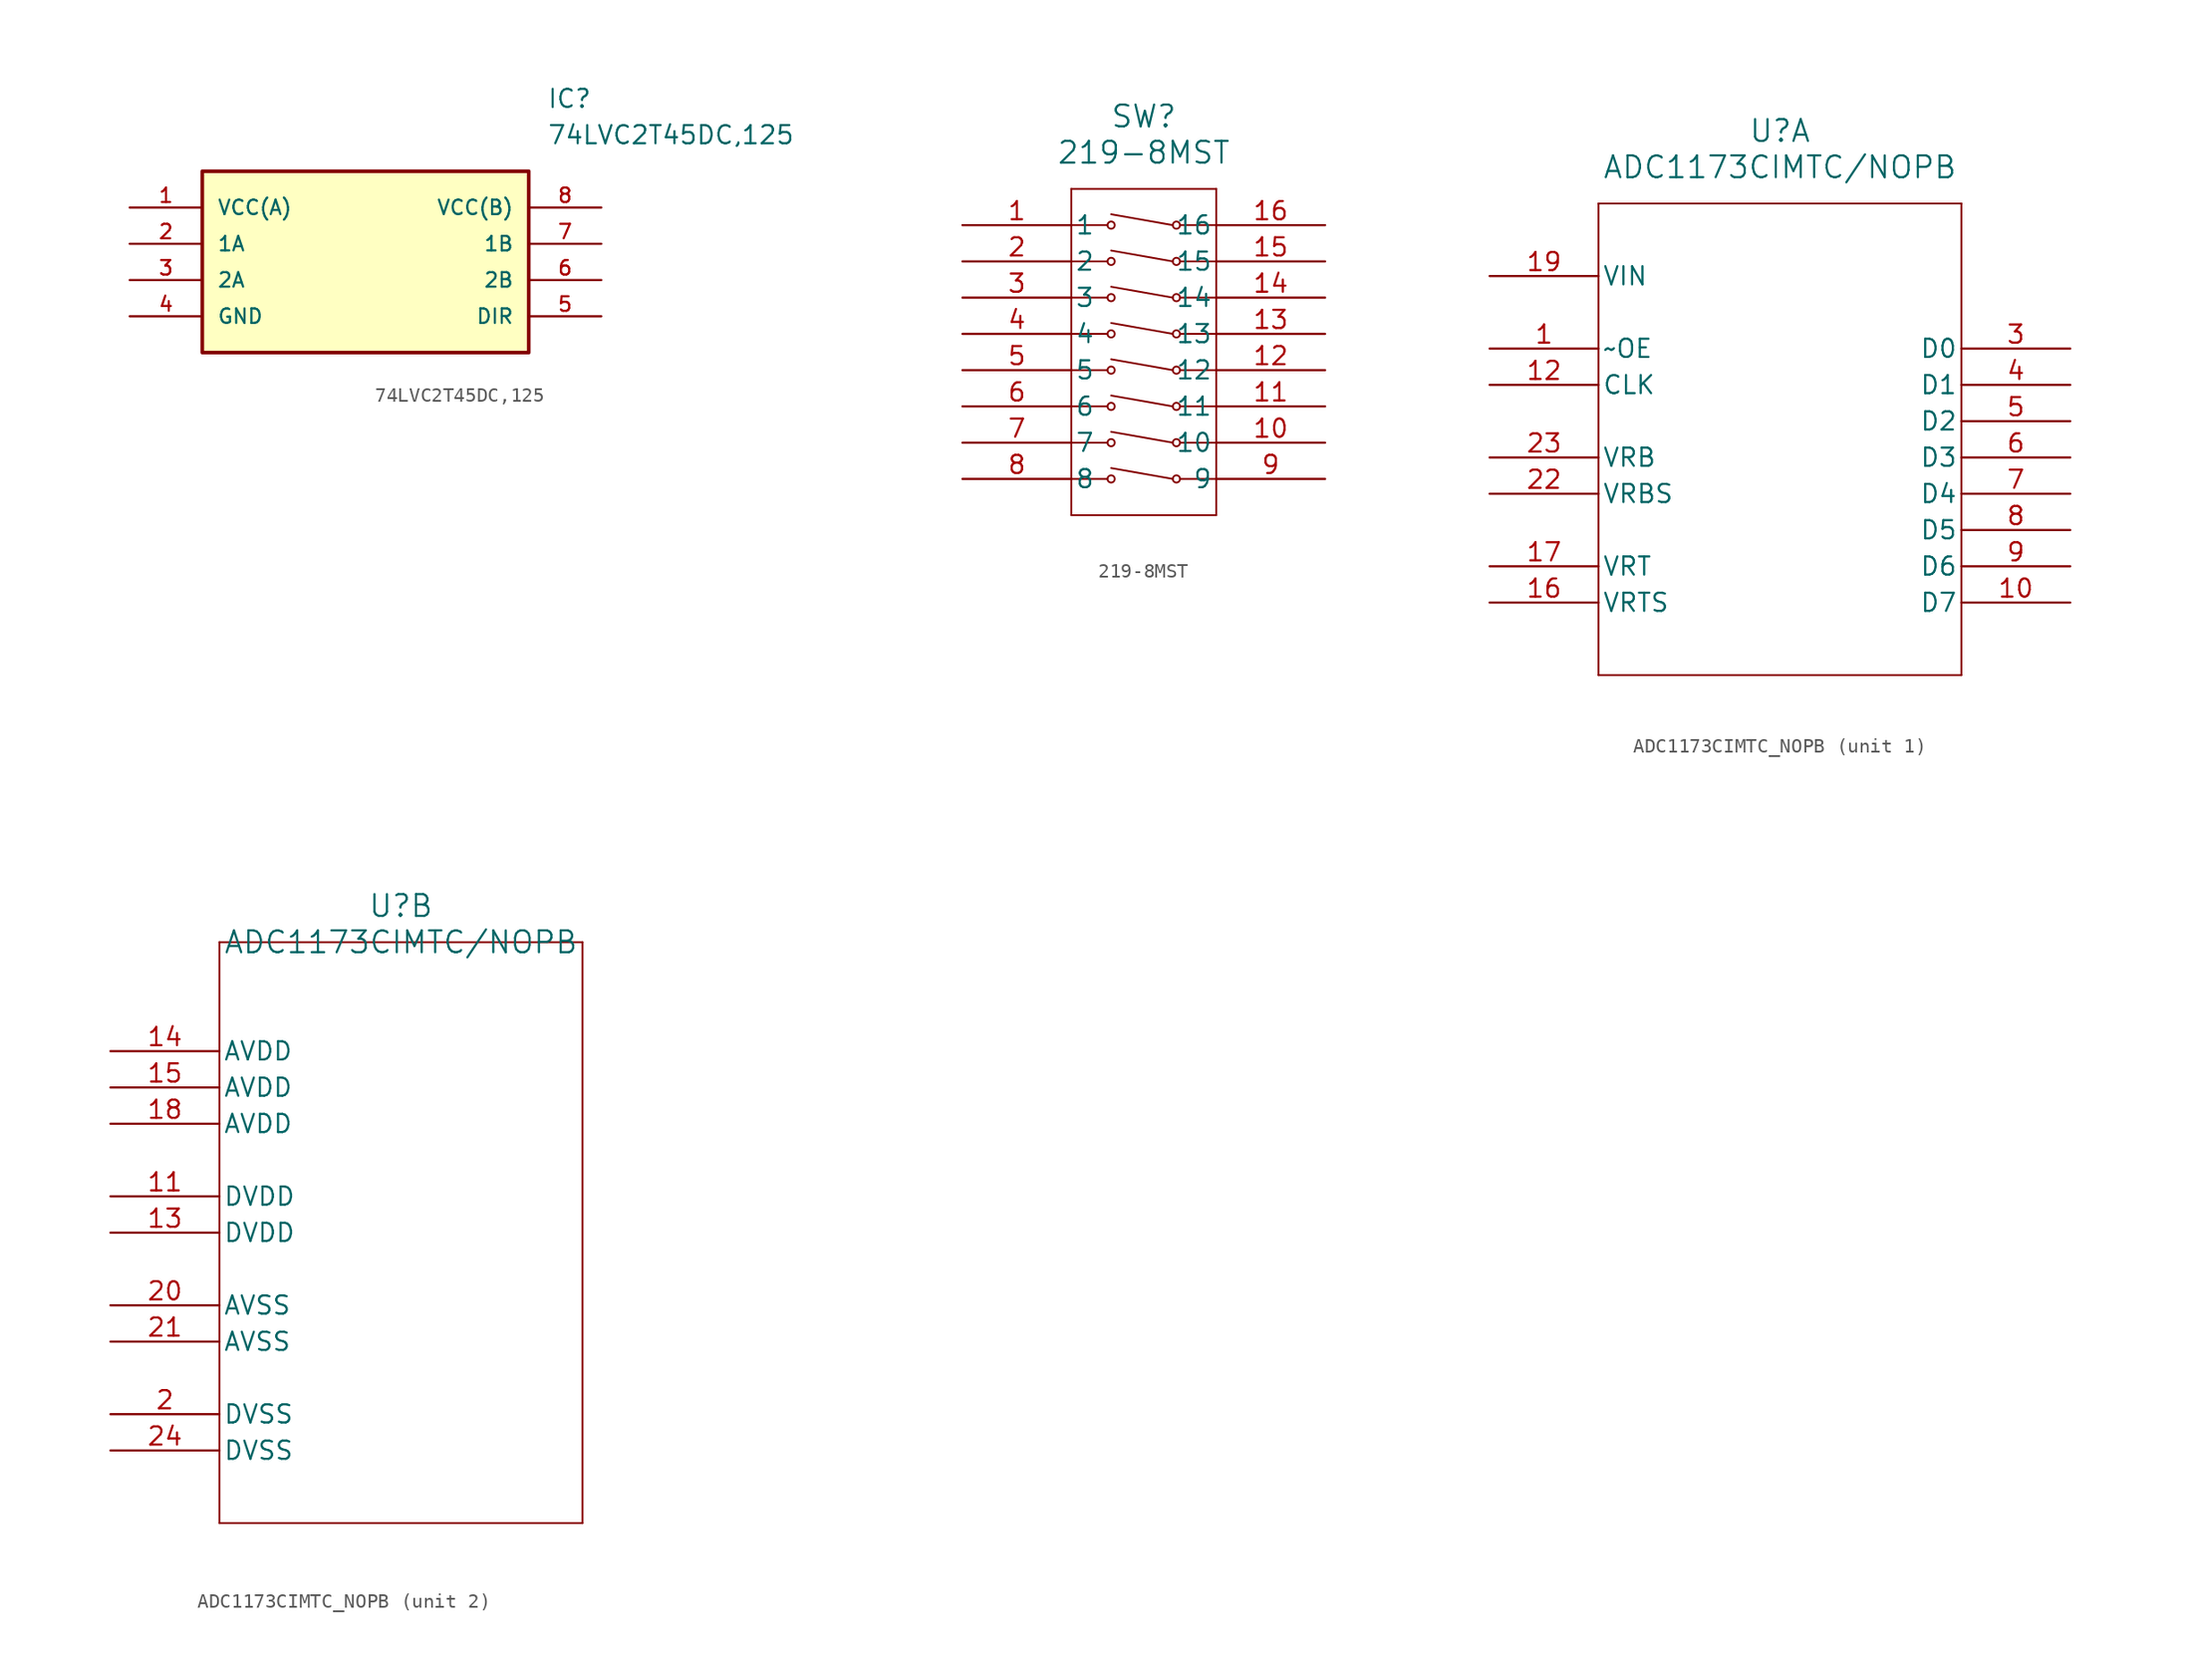
<source format=kicad_sym>
(kicad_symbol_lib
  (version 20231120)
  (generator "kicad_symbol_editor")
  (generator_version "8.0")
  (symbol "74LVC2T45DC,125"
    (pin_names
      (offset 1.016))
    (property "Reference" "IC"
      (at 29.21 7.62 0)
      (effects (font (size 1.27 1.27)) (justify left)))
    (property "Value" "74LVC2T45DC,125"
      (at 29.21 5.08 0)
      (effects (font (size 1.27 1.27)) (justify left)))
    (symbol "74LVC2T45DC,125_0_0"
      (rectangle (start 5.08 -10.16) (end 27.94 2.54) (stroke (width 0.254) (type default)) (fill (type background)))
      (pin bidirectional line (at 0 0 0) (length 5.08) (name "VCC(A)" (effects (font (size 1.016 1.016)))) (number "1" (effects (font (size 1.016 1.016)))))
      (pin bidirectional line (at 0 -2.54 0) (length 5.08) (name "1A" (effects (font (size 1.016 1.016)))) (number "2" (effects (font (size 1.016 1.016)))))
      (pin bidirectional line (at 0 -5.08 0) (length 5.08) (name "2A" (effects (font (size 1.016 1.016)))) (number "3" (effects (font (size 1.016 1.016)))))
      (pin bidirectional line (at 0 -7.62 0) (length 5.08) (name "GND" (effects (font (size 1.016 1.016)))) (number "4" (effects (font (size 1.016 1.016)))))
      (pin bidirectional line (at 33.02 -7.62 180) (length 5.08) (name "DIR" (effects (font (size 1.016 1.016)))) (number "5" (effects (font (size 1.016 1.016)))))
      (pin bidirectional line (at 33.02 -5.08 180) (length 5.08) (name "2B" (effects (font (size 1.016 1.016)))) (number "6" (effects (font (size 1.016 1.016)))))
      (pin bidirectional line (at 33.02 -2.54 180) (length 5.08) (name "1B" (effects (font (size 1.016 1.016)))) (number "7" (effects (font (size 1.016 1.016)))))
      (pin bidirectional line (at 33.02 0 180) (length 5.08) (name "VCC(B)" (effects (font (size 1.016 1.016)))) (number "8" (effects (font (size 1.016 1.016)))))))
  (symbol "219-8MST"
    (pin_names
      (offset 0.254))
    (property "Reference" "SW"
      (at 12.7 7.62 0)
      (effects (font (size 1.524 1.524))))
    (property "Value" "219-8MST"
      (at 12.7 5.08 0)
      (effects (font (size 1.524 1.524))))
    (property "ki_locked" ""
      (at 0 0 0)
      (effects (font (size 1.27 1.27))))
    (symbol "219-8MST_0_1"
      (polyline (pts (xy 7.62 -20.32) (xy 17.78 -20.32)) (stroke (width 0.127) (type default)) (fill (type none)))
      (polyline (pts (xy 7.62 -17.78) (xy 10.16 -17.78)) (stroke (width 0.127) (type default)) (fill (type none)))
      (polyline (pts (xy 7.62 -15.24) (xy 10.16 -15.24)) (stroke (width 0.127) (type default)) (fill (type none)))
      (polyline (pts (xy 7.62 -12.7) (xy 10.16 -12.7)) (stroke (width 0.127) (type default)) (fill (type none)))
      (polyline (pts (xy 7.62 -10.16) (xy 10.16 -10.16)) (stroke (width 0.127) (type default)) (fill (type none)))
      (polyline (pts (xy 7.62 -7.62) (xy 10.16 -7.62)) (stroke (width 0.127) (type default)) (fill (type none)))
      (polyline (pts (xy 7.62 -5.08) (xy 10.16 -5.08)) (stroke (width 0.127) (type default)) (fill (type none)))
      (polyline (pts (xy 7.62 -2.54) (xy 10.16 -2.54)) (stroke (width 0.127) (type default)) (fill (type none)))
      (polyline (pts (xy 7.62 0) (xy 10.16 0)) (stroke (width 0.127) (type default)) (fill (type none)))
      (polyline (pts (xy 7.62 2.54) (xy 7.62 -20.32)) (stroke (width 0.127) (type default)) (fill (type none)))
      (polyline (pts (xy 14.732 -17.78) (xy 10.414 -17.018)) (stroke (width 0.127) (type default)) (fill (type none)))
      (polyline (pts (xy 14.732 -15.24) (xy 10.414 -14.478)) (stroke (width 0.127) (type default)) (fill (type none)))
      (polyline (pts (xy 14.732 -12.7) (xy 10.414 -11.938)) (stroke (width 0.127) (type default)) (fill (type none)))
      (polyline (pts (xy 14.732 -10.16) (xy 10.414 -9.398)) (stroke (width 0.127) (type default)) (fill (type none)))
      (polyline (pts (xy 14.732 -7.62) (xy 10.414 -6.858)) (stroke (width 0.127) (type default)) (fill (type none)))
      (polyline (pts (xy 14.732 -5.08) (xy 10.414 -4.318)) (stroke (width 0.127) (type default)) (fill (type none)))
      (polyline (pts (xy 14.732 -2.54) (xy 10.414 -1.778)) (stroke (width 0.127) (type default)) (fill (type none)))
      (polyline (pts (xy 14.732 0) (xy 10.414 0.762)) (stroke (width 0.127) (type default)) (fill (type none)))
      (polyline (pts (xy 15.24 -17.78) (xy 17.78 -17.78)) (stroke (width 0.127) (type default)) (fill (type none)))
      (polyline (pts (xy 15.24 -15.24) (xy 17.78 -15.24)) (stroke (width 0.127) (type default)) (fill (type none)))
      (polyline (pts (xy 15.24 -12.7) (xy 17.78 -12.7)) (stroke (width 0.127) (type default)) (fill (type none)))
      (polyline (pts (xy 15.24 -10.16) (xy 17.78 -10.16)) (stroke (width 0.127) (type default)) (fill (type none)))
      (polyline (pts (xy 15.24 -7.62) (xy 17.78 -7.62)) (stroke (width 0.127) (type default)) (fill (type none)))
      (polyline (pts (xy 15.24 -5.08) (xy 17.78 -5.08)) (stroke (width 0.127) (type default)) (fill (type none)))
      (polyline (pts (xy 15.24 -2.54) (xy 17.78 -2.54)) (stroke (width 0.127) (type default)) (fill (type none)))
      (polyline (pts (xy 15.24 0) (xy 17.78 0)) (stroke (width 0.127) (type default)) (fill (type none)))
      (polyline (pts (xy 17.78 -20.32) (xy 17.78 2.54)) (stroke (width 0.127) (type default)) (fill (type none)))
      (polyline (pts (xy 17.78 2.54) (xy 7.62 2.54)) (stroke (width 0.127) (type default)) (fill (type none)))
      (circle (center 10.414 -17.78) (radius 0.254) (stroke (width 0.127) (type default)) (fill (type none)))
      (circle (center 10.414 -15.24) (radius 0.254) (stroke (width 0.127) (type default)) (fill (type none)))
      (circle (center 10.414 -12.7) (radius 0.254) (stroke (width 0.127) (type default)) (fill (type none)))
      (circle (center 10.414 -10.16) (radius 0.254) (stroke (width 0.127) (type default)) (fill (type none)))
      (circle (center 10.414 -7.62) (radius 0.254) (stroke (width 0.127) (type default)) (fill (type none)))
      (circle (center 10.414 -5.08) (radius 0.254) (stroke (width 0.127) (type default)) (fill (type none)))
      (circle (center 10.414 -2.54) (radius 0.254) (stroke (width 0.127) (type default)) (fill (type none)))
      (circle (center 10.414 0) (radius 0.254) (stroke (width 0.127) (type default)) (fill (type none)))
      (circle (center 14.986 -17.78) (radius 0.254) (stroke (width 0.127) (type default)) (fill (type none)))
      (circle (center 14.986 -15.24) (radius 0.254) (stroke (width 0.127) (type default)) (fill (type none)))
      (circle (center 14.986 -12.7) (radius 0.254) (stroke (width 0.127) (type default)) (fill (type none)))
      (circle (center 14.986 -10.16) (radius 0.254) (stroke (width 0.127) (type default)) (fill (type none)))
      (circle (center 14.986 -7.62) (radius 0.254) (stroke (width 0.127) (type default)) (fill (type none)))
      (circle (center 14.986 -5.08) (radius 0.254) (stroke (width 0.127) (type default)) (fill (type none)))
      (circle (center 14.986 -2.54) (radius 0.254) (stroke (width 0.127) (type default)) (fill (type none)))
      (circle (center 14.986 0) (radius 0.254) (stroke (width 0.127) (type default)) (fill (type none)))
      (pin unspecified line (at 0 0 0) (length 7.62) (name "1" (effects (font (size 1.27 1.27)))) (number "1" (effects (font (size 1.27 1.27)))))
      (pin unspecified line (at 25.4 -15.24 180) (length 7.62) (name "10" (effects (font (size 1.27 1.27)))) (number "10" (effects (font (size 1.27 1.27)))))
      (pin unspecified line (at 25.4 -12.7 180) (length 7.62) (name "11" (effects (font (size 1.27 1.27)))) (number "11" (effects (font (size 1.27 1.27)))))
      (pin unspecified line (at 25.4 -10.16 180) (length 7.62) (name "12" (effects (font (size 1.27 1.27)))) (number "12" (effects (font (size 1.27 1.27)))))
      (pin unspecified line (at 25.4 -7.62 180) (length 7.62) (name "13" (effects (font (size 1.27 1.27)))) (number "13" (effects (font (size 1.27 1.27)))))
      (pin unspecified line (at 25.4 -5.08 180) (length 7.62) (name "14" (effects (font (size 1.27 1.27)))) (number "14" (effects (font (size 1.27 1.27)))))
      (pin unspecified line (at 25.4 -2.54 180) (length 7.62) (name "15" (effects (font (size 1.27 1.27)))) (number "15" (effects (font (size 1.27 1.27)))))
      (pin unspecified line (at 25.4 0 180) (length 7.62) (name "16" (effects (font (size 1.27 1.27)))) (number "16" (effects (font (size 1.27 1.27)))))
      (pin unspecified line (at 0 -2.54 0) (length 7.62) (name "2" (effects (font (size 1.27 1.27)))) (number "2" (effects (font (size 1.27 1.27)))))
      (pin unspecified line (at 0 -5.08 0) (length 7.62) (name "3" (effects (font (size 1.27 1.27)))) (number "3" (effects (font (size 1.27 1.27)))))
      (pin unspecified line (at 0 -7.62 0) (length 7.62) (name "4" (effects (font (size 1.27 1.27)))) (number "4" (effects (font (size 1.27 1.27)))))
      (pin unspecified line (at 0 -10.16 0) (length 7.62) (name "5" (effects (font (size 1.27 1.27)))) (number "5" (effects (font (size 1.27 1.27)))))
      (pin unspecified line (at 0 -12.7 0) (length 7.62) (name "6" (effects (font (size 1.27 1.27)))) (number "6" (effects (font (size 1.27 1.27)))))
      (pin unspecified line (at 0 -15.24 0) (length 7.62) (name "7" (effects (font (size 1.27 1.27)))) (number "7" (effects (font (size 1.27 1.27)))))
      (pin unspecified line (at 0 -17.78 0) (length 7.62) (name "8" (effects (font (size 1.27 1.27)))) (number "8" (effects (font (size 1.27 1.27)))))
      (pin unspecified line (at 25.4 -17.78 180) (length 7.62) (name "9" (effects (font (size 1.27 1.27)))) (number "9" (effects (font (size 1.27 1.27)))))))
  (symbol "ADC1173CIMTC_NOPB"
    (pin_names
      (offset 0.254))
    (property "Reference" "U"
      (at 20.32 10.16 0)
      (effects (font (size 1.524 1.524))))
    (property "Value" "ADC1173CIMTC/NOPB"
      (at 20.32 7.62 0)
      (effects (font (size 1.524 1.524))))
    (property "ki_locked" ""
      (at 0 0 0)
      (effects (font (size 1.27 1.27))))
    (symbol "ADC1173CIMTC_NOPB_1_1"
      (polyline (pts (xy 7.62 -27.94) (xy 33.02 -27.94)) (stroke (width 0.127) (type default)) (fill (type none)))
      (polyline (pts (xy 7.62 5.08) (xy 7.62 -27.94)) (stroke (width 0.127) (type default)) (fill (type none)))
      (polyline (pts (xy 33.02 -27.94) (xy 33.02 5.08)) (stroke (width 0.127) (type default)) (fill (type none)))
      (polyline (pts (xy 33.02 5.08) (xy 7.62 5.08)) (stroke (width 0.127) (type default)) (fill (type none)))
      (pin passive line (at 0 -5.08 0) (length 7.62) (name "~OE" (effects (font (size 1.27 1.27)))) (number "1" (effects (font (size 1.27 1.27)))))
      (pin output line (at 40.64 -22.86 180) (length 7.62) (name "D7" (effects (font (size 1.27 1.27)))) (number "10" (effects (font (size 1.27 1.27)))))
      (pin passive line (at 0 -7.62 0) (length 7.62) (name "CLK" (effects (font (size 1.27 1.27)))) (number "12" (effects (font (size 1.27 1.27)))))
      (pin passive line (at 0 -22.86 0) (length 7.62) (name "VRTS" (effects (font (size 1.27 1.27)))) (number "16" (effects (font (size 1.27 1.27)))))
      (pin passive line (at 0 -20.32 0) (length 7.62) (name "VRT" (effects (font (size 1.27 1.27)))) (number "17" (effects (font (size 1.27 1.27)))))
      (pin input line (at 0 0 0) (length 7.62) (name "VIN" (effects (font (size 1.27 1.27)))) (number "19" (effects (font (size 1.27 1.27)))))
      (pin passive line (at 0 -15.24 0) (length 7.62) (name "VRBS" (effects (font (size 1.27 1.27)))) (number "22" (effects (font (size 1.27 1.27)))))
      (pin passive line (at 0 -12.7 0) (length 7.62) (name "VRB" (effects (font (size 1.27 1.27)))) (number "23" (effects (font (size 1.27 1.27)))))
      (pin output line (at 40.64 -5.08 180) (length 7.62) (name "D0" (effects (font (size 1.27 1.27)))) (number "3" (effects (font (size 1.27 1.27)))))
      (pin output line (at 40.64 -7.62 180) (length 7.62) (name "D1" (effects (font (size 1.27 1.27)))) (number "4" (effects (font (size 1.27 1.27)))))
      (pin output line (at 40.64 -10.16 180) (length 7.62) (name "D2" (effects (font (size 1.27 1.27)))) (number "5" (effects (font (size 1.27 1.27)))))
      (pin output line (at 40.64 -12.7 180) (length 7.62) (name "D3" (effects (font (size 1.27 1.27)))) (number "6" (effects (font (size 1.27 1.27)))))
      (pin output line (at 40.64 -15.24 180) (length 7.62) (name "D4" (effects (font (size 1.27 1.27)))) (number "7" (effects (font (size 1.27 1.27)))))
      (pin output line (at 40.64 -17.78 180) (length 7.62) (name "D5" (effects (font (size 1.27 1.27)))) (number "8" (effects (font (size 1.27 1.27)))))
      (pin output line (at 40.64 -20.32 180) (length 7.62) (name "D6" (effects (font (size 1.27 1.27)))) (number "9" (effects (font (size 1.27 1.27))))))
    (symbol "ADC1173CIMTC_NOPB_2_1"
      (polyline (pts (xy 7.62 -33.02) (xy 33.02 -33.02)) (stroke (width 0.127) (type default)) (fill (type none)))
      (polyline (pts (xy 7.62 7.62) (xy 7.62 -33.02)) (stroke (width 0.127) (type default)) (fill (type none)))
      (polyline (pts (xy 33.02 -33.02) (xy 33.02 7.62)) (stroke (width 0.127) (type default)) (fill (type none)))
      (polyline (pts (xy 33.02 7.62) (xy 7.62 7.62)) (stroke (width 0.127) (type default)) (fill (type none)))
      (pin passive line (at 0 -10.16 0) (length 7.62) (name "DVDD" (effects (font (size 1.27 1.27)))) (number "11" (effects (font (size 1.27 1.27)))))
      (pin passive line (at 0 -12.7 0) (length 7.62) (name "DVDD" (effects (font (size 1.27 1.27)))) (number "13" (effects (font (size 1.27 1.27)))))
      (pin passive line (at 0 0 0) (length 7.62) (name "AVDD" (effects (font (size 1.27 1.27)))) (number "14" (effects (font (size 1.27 1.27)))))
      (pin passive line (at 0 -2.54 0) (length 7.62) (name "AVDD" (effects (font (size 1.27 1.27)))) (number "15" (effects (font (size 1.27 1.27)))))
      (pin passive line (at 0 -5.08 0) (length 7.62) (name "AVDD" (effects (font (size 1.27 1.27)))) (number "18" (effects (font (size 1.27 1.27)))))
      (pin passive line (at 0 -25.4 0) (length 7.62) (name "DVSS" (effects (font (size 1.27 1.27)))) (number "2" (effects (font (size 1.27 1.27)))))
      (pin passive line (at 0 -17.78 0) (length 7.62) (name "AVSS" (effects (font (size 1.27 1.27)))) (number "20" (effects (font (size 1.27 1.27)))))
      (pin passive line (at 0 -20.32 0) (length 7.62) (name "AVSS" (effects (font (size 1.27 1.27)))) (number "21" (effects (font (size 1.27 1.27)))))
      (pin passive line (at 0 -27.94 0) (length 7.62) (name "DVSS" (effects (font (size 1.27 1.27)))) (number "24" (effects (font (size 1.27 1.27))))))))
</source>
